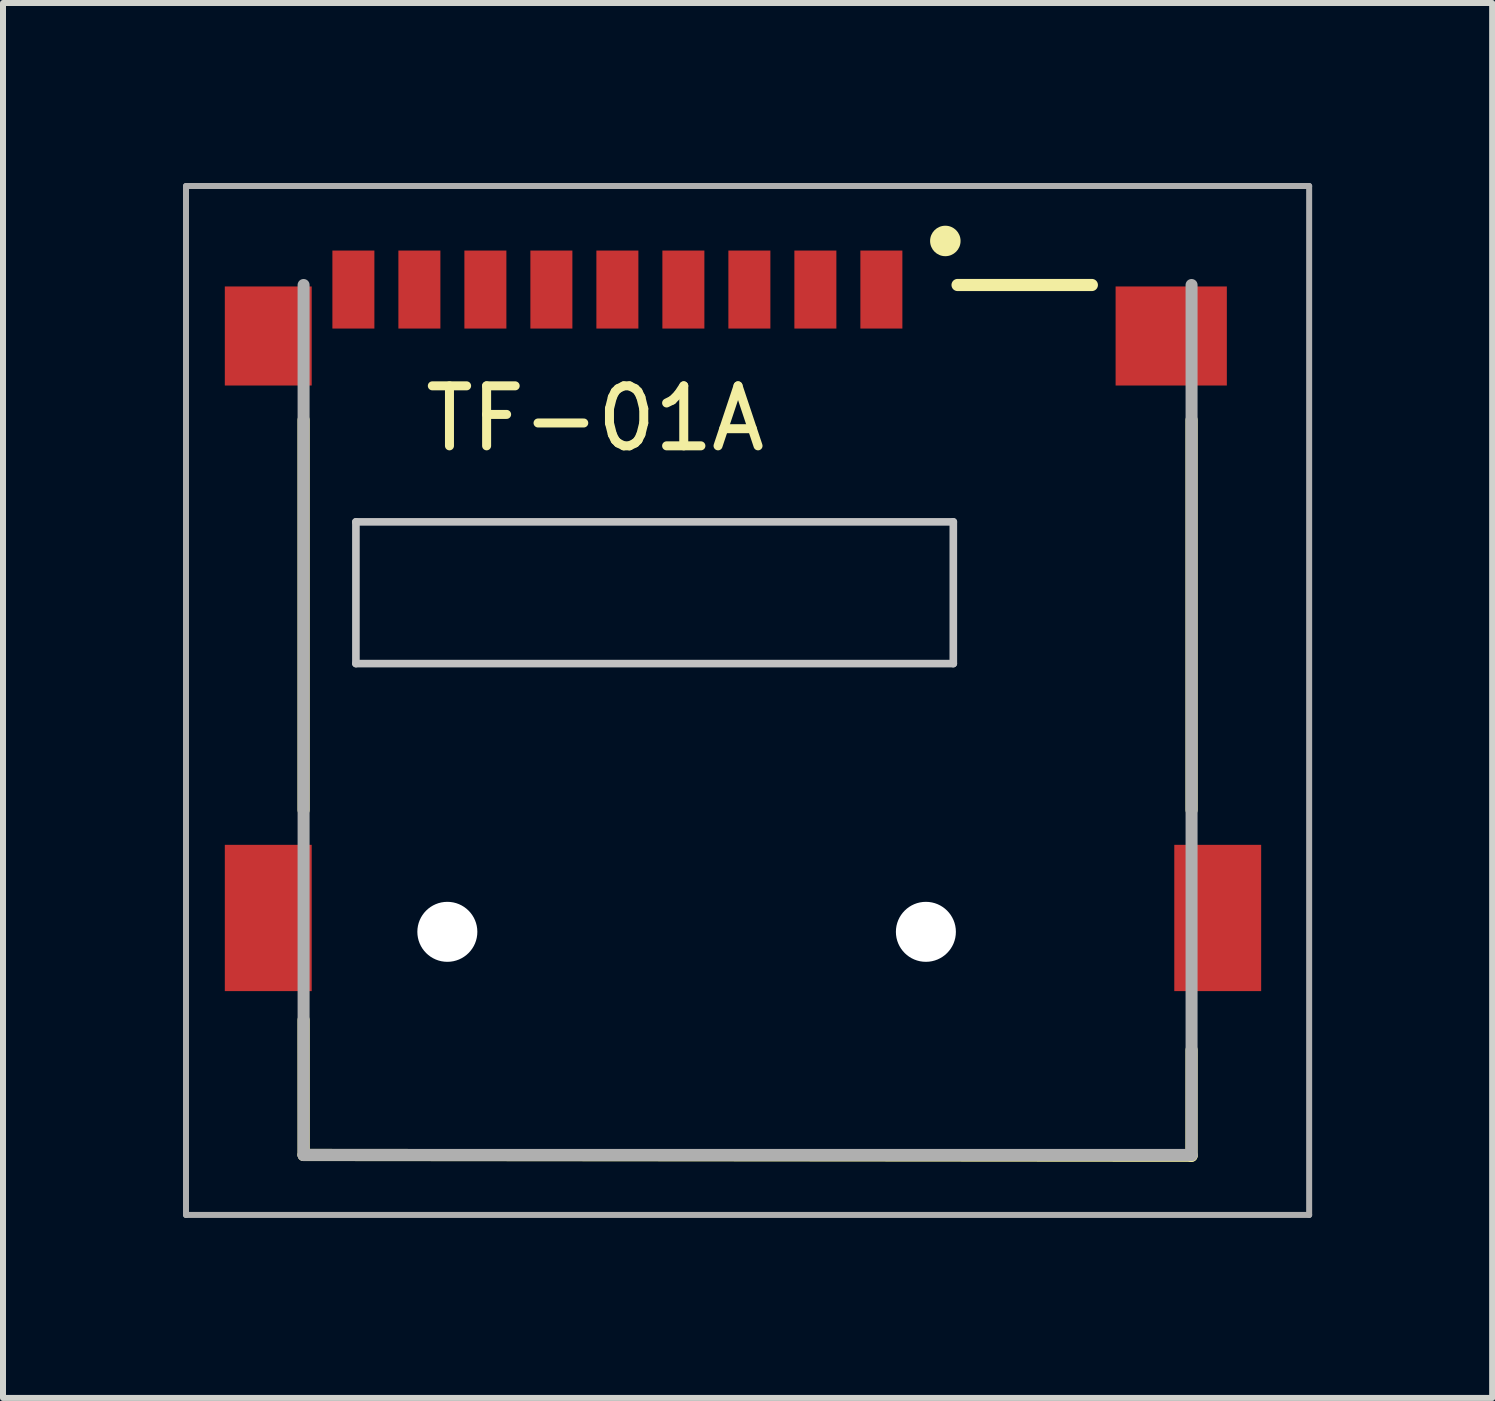
<source format=kicad_pcb>
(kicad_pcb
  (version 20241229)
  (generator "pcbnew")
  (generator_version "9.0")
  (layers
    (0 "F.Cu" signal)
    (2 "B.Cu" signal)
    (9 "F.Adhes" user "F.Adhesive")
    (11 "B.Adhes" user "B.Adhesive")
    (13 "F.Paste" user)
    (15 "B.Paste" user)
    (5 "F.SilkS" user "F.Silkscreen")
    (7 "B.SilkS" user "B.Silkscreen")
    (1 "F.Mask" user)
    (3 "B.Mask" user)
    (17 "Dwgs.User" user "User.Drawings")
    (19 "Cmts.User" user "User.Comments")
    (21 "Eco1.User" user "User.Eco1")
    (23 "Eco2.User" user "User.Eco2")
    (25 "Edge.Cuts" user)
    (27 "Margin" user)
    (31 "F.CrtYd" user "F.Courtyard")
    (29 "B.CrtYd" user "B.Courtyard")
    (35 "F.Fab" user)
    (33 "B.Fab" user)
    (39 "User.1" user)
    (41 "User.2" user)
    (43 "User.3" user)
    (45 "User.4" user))
  (footprint "TF-01A"
    (layer "F.Cu")
    (at 9.41 8.95)
    (property "Reference" "TF-01A" (at -2.54 -5.024 0) (layer "F.SilkS") (effects (font (size 1 1) (thickness 0.15))))
    (attr smd)
    (fp_line (start -7.4 -5) (end -7.4 1.5) (stroke (width 0.203) (type solid)) (layer "F.SilkS"))
    (fp_line (start -7.4 5) (end -7.399 7.25) (stroke (width 0.203) (type solid)) (layer "F.SilkS"))
    (fp_line (start -7.399 7.25) (end 7.399 7.263) (stroke (width 0.203) (type solid)) (layer "F.SilkS"))
    (fp_line (start 3.5 -7.25) (end 5.738 -7.25) (stroke (width 0.203) (type solid)) (layer "F.SilkS"))
    (fp_line (start 7.399 7.263) (end 7.4 5.5) (stroke (width 0.203) (type solid)) (layer "F.SilkS"))
    (fp_line (start 7.4 1.5) (end 7.4 -5) (stroke (width 0.203) (type solid)) (layer "F.SilkS"))
    (fp_circle (center 3.296 -7.984) (end 3.55 -7.984) (stroke (width 0) (type solid)) (fill yes) (layer "F.SilkS"))
    (fp_line (start -6.528 -3.302) (end -6.528 -0.94) (stroke (width 0.127) (type solid)) (layer "Dwgs.User"))
    (fp_line (start -6.528 -0.94) (end 3.429 -0.94) (stroke (width 0.127) (type solid)) (layer "Dwgs.User"))
    (fp_line (start 3.429 -3.302) (end -6.528 -3.302) (stroke (width 0.127) (type solid)) (layer "Dwgs.User"))
    (fp_line (start 3.429 -0.94) (end 3.429 -3.302) (stroke (width 0.127) (type solid)) (layer "Dwgs.User"))
    (fp_line (start -9.36 -8.9) (end 9.36 -8.9) (stroke (width 0.1) (type solid)) (layer "F.Fab"))
    (fp_line (start -9.36 8.25) (end -9.36 -8.9) (stroke (width 0.1) (type solid)) (layer "F.Fab"))
    (fp_line (start -7.4 7.25) (end -7.4 -7.25) (stroke (width 0.2) (type solid)) (layer "F.Fab"))
    (fp_line (start 7.4 -7.25) (end 7.4 7.25) (stroke (width 0.2) (type solid)) (layer "F.Fab"))
    (fp_line (start 7.4 7.25) (end -7.4 7.25) (stroke (width 0.2) (type solid)) (layer "F.Fab"))
    (fp_line (start 9.36 -8.9) (end 9.36 8.25) (stroke (width 0.1) (type solid)) (layer "F.Fab"))
    (fp_line (start 9.36 8.25) (end -9.36 8.25) (stroke (width 0.1) (type solid)) (layer "F.Fab"))
    (pad "" np_thru_hole circle (at -5.004 3.531) (size 1 1) (drill 1) (layers "*.Cu" "*.Mask"))
    (pad "" np_thru_hole circle (at 2.972 3.531) (size 1 1) (drill 1) (layers "*.Cu" "*.Mask"))
    (pad "1" smd rect (at 2.23 -7.174) (size 0.7 1.3) (layers "F.Cu" "F.Mask" "F.Paste"))
    (pad "2" smd rect (at 1.13 -7.174) (size 0.7 1.3) (layers "F.Cu" "F.Mask" "F.Paste"))
    (pad "3" smd rect (at 0.03 -7.174) (size 0.7 1.3) (layers "F.Cu" "F.Mask" "F.Paste"))
    (pad "4" smd rect (at -1.07 -7.174) (size 0.7 1.3) (layers "F.Cu" "F.Mask" "F.Paste"))
    (pad "5" smd rect (at -2.17 -7.174) (size 0.7 1.3) (layers "F.Cu" "F.Mask" "F.Paste"))
    (pad "6" smd rect (at -3.27 -7.174) (size 0.7 1.3) (layers "F.Cu" "F.Mask" "F.Paste"))
    (pad "7" smd rect (at -4.37 -7.174) (size 0.7 1.3) (layers "F.Cu" "F.Mask" "F.Paste"))
    (pad "8" smd rect (at -5.47 -7.174) (size 0.7 1.3) (layers "F.Cu" "F.Mask" "F.Paste"))
    (pad "CD1" smd rect (at -6.57 -7.174) (size 0.7 1.3) (layers "F.Cu" "F.Mask" "F.Paste"))
    (pad "MP1" smd rect (at -7.989 -6.4) (size 1.448 1.651) (layers "F.Cu" "F.Mask" "F.Paste"))
    (pad "MP2" smd rect (at -7.989 3.3) (size 1.448 2.438) (layers "F.Cu" "F.Mask" "F.Paste"))
    (pad "MP3" smd rect (at 7.836 3.3) (size 1.448 2.438) (layers "F.Cu" "F.Mask" "F.Paste"))
    (pad "MP4" smd rect (at 7.061 -6.4) (size 1.854 1.651) (layers "F.Cu" "F.Mask" "F.Paste")))
  (gr_rect
    (start -3 -3)
    (end 21.82 20.25)
    (stroke (width 0.1) (type default))
    (fill no)
    (layer "Edge.Cuts")))
</source>
